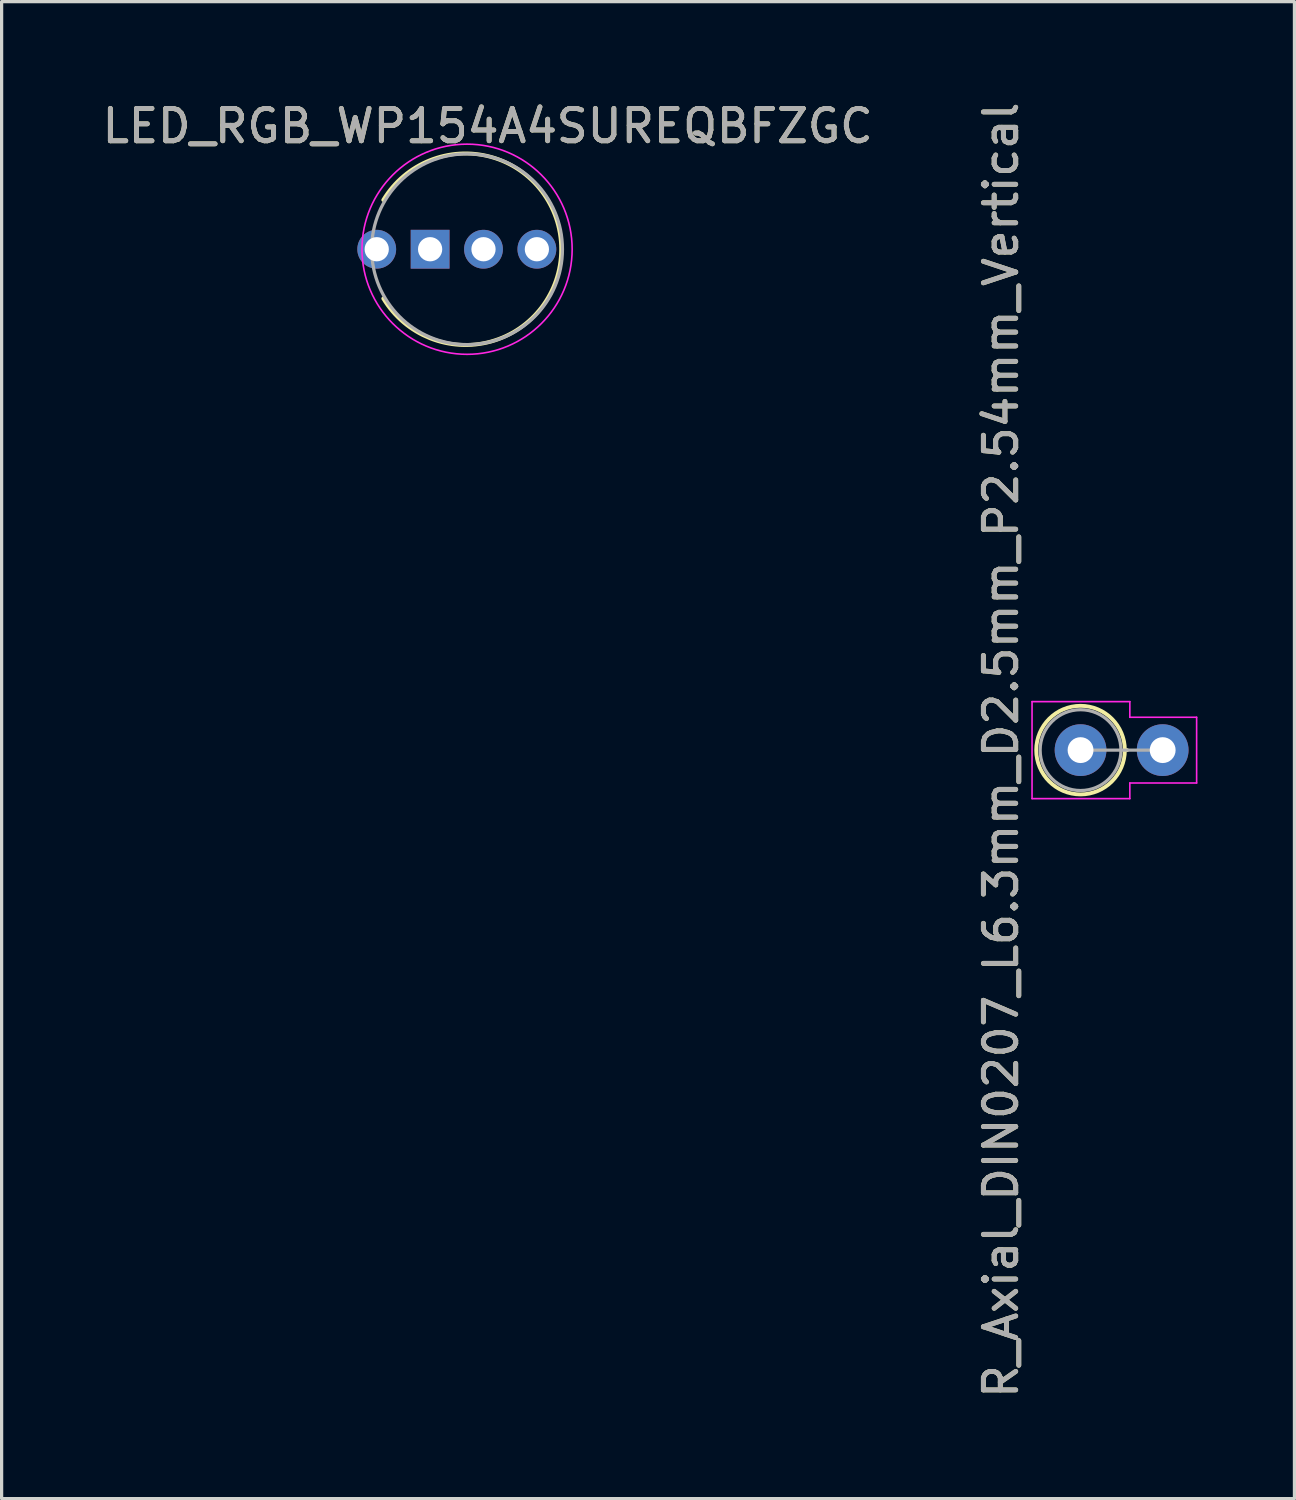
<source format=kicad_pcb>
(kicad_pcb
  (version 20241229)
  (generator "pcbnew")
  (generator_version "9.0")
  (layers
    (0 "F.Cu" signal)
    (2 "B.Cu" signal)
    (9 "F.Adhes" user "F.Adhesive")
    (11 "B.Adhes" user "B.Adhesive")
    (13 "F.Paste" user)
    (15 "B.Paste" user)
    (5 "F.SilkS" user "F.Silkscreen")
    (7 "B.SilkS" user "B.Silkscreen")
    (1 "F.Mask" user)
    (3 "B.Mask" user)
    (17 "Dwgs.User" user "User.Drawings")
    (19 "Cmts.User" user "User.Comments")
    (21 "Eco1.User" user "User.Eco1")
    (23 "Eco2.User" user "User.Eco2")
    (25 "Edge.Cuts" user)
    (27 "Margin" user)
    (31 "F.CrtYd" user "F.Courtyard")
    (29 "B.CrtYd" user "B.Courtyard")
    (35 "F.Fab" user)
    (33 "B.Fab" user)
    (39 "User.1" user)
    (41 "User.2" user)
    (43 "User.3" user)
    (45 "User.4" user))
  (footprint "LED_RGB_WP154A4SUREQBFZGC"
    (layer "F.Cu")
    (at 11.395 4.658)
    (property "Reference" "LED_RGB_WP154A4SUREQBFZGC" (at 0.635 -3.81 0) (layer "F.SilkS") (effects (font (size 1 1) (thickness 0.15))))
    (attr through_hole)
    (fp_arc (start -2.590799 -1.524) (mid 2.911323 0) (end -2.590799 1.523999) (stroke (width 0.12) (type solid)) (layer "F.SilkS"))
    (fp_circle (center 0 0) (end 3.25 0) (stroke (width 0.05) (type solid)) (fill no) (layer "F.CrtYd"))
    (fp_circle (center 0 0) (end 2.95 0) (stroke (width 0.1) (type solid)) (fill no) (layer "F.Fab"))
    (fp_text user "${REFERENCE}" (at 0.635 -3.81 0) (layer "F.Fab") (effects (font (size 1 1) (thickness 0.15))))
    (pad "1" thru_hole circle (at -2.794 0) (size 1.2 1.2) (drill 0.75) (layers "*.Cu" "*.Mask"))
    (pad "2" thru_hole rect (at -1.143 0) (size 1.2 1.2) (drill 0.75) (layers "*.Cu" "*.Mask"))
    (pad "3" thru_hole circle (at 0.508 0) (size 1.2 1.2) (drill 0.75) (layers "*.Cu" "*.Mask"))
    (pad "4" thru_hole circle (at 2.159 0) (size 1.2 1.2) (drill 0.75) (layers "*.Cu" "*.Mask")))
  (footprint "R_Axial_DIN0207_L6.3mm_D2.5mm_P2.54mm_Vertical"
    (layer "F.Cu")
    (at 30.368 20.149)
    (property "Reference" "R_Axial_DIN0207_L6.3mm_D2.5mm_P2.54mm_Vertical" (at -2.46 0 270) (layer "F.SilkS") (effects (font (size 1 1) (thickness 0.15))))
    (attr through_hole)
    (fp_line (start 1.37 0) (end 1.44 0) (stroke (width 0.12) (type solid)) (layer "F.SilkS"))
    (fp_circle (center 0 0) (end 1.37 0) (stroke (width 0.12) (type solid)) (fill no) (layer "F.SilkS"))
    (fp_line (start -1.5 -1.5) (end -1.5 1.5) (stroke (width 0.05) (type solid)) (layer "F.CrtYd"))
    (fp_line (start -1.5 1.5) (end 1.524 1.5) (stroke (width 0.05) (type solid)) (layer "F.CrtYd"))
    (fp_line (start 1.524 -1.5) (end -1.5 -1.5) (stroke (width 0.05) (type solid)) (layer "F.CrtYd"))
    (fp_line (start 1.524 -1.016) (end 1.524 -1.5) (stroke (width 0.05) (type solid)) (layer "F.CrtYd"))
    (fp_line (start 1.524 1.016) (end 1.524 1.5) (stroke (width 0.05) (type solid)) (layer "F.CrtYd"))
    (fp_line (start 3.59 -1.016) (end 1.524 -1.016) (stroke (width 0.05) (type solid)) (layer "F.CrtYd"))
    (fp_line (start 3.59 1.016) (end 1.524 1.016) (stroke (width 0.05) (type solid)) (layer "F.CrtYd"))
    (fp_line (start 3.59 1.016) (end 3.59 -1.016) (stroke (width 0.05) (type solid)) (layer "F.CrtYd"))
    (fp_line (start 0 0) (end 2.54 0) (stroke (width 0.1) (type solid)) (layer "F.Fab"))
    (fp_circle (center 0 0) (end 1.25 0) (stroke (width 0.1) (type solid)) (fill no) (layer "F.Fab"))
    (fp_text user "${REFERENCE}" (at -2.46 0 270) (layer "F.Fab") (effects (font (size 1 1) (thickness 0.15))))
    (pad "1" thru_hole circle (at 0 0) (size 1.6 1.6) (drill 0.8) (layers "*.Cu" "*.Mask"))
    (pad "2" thru_hole oval (at 2.54 0) (size 1.6 1.6) (drill 0.8) (layers "*.Cu" "*.Mask")))
  (gr_rect
    (start -3 -3)
    (end 36.983 43.298)
    (stroke (width 0.1) (type default))
    (fill no)
    (layer "Edge.Cuts")))
</source>
